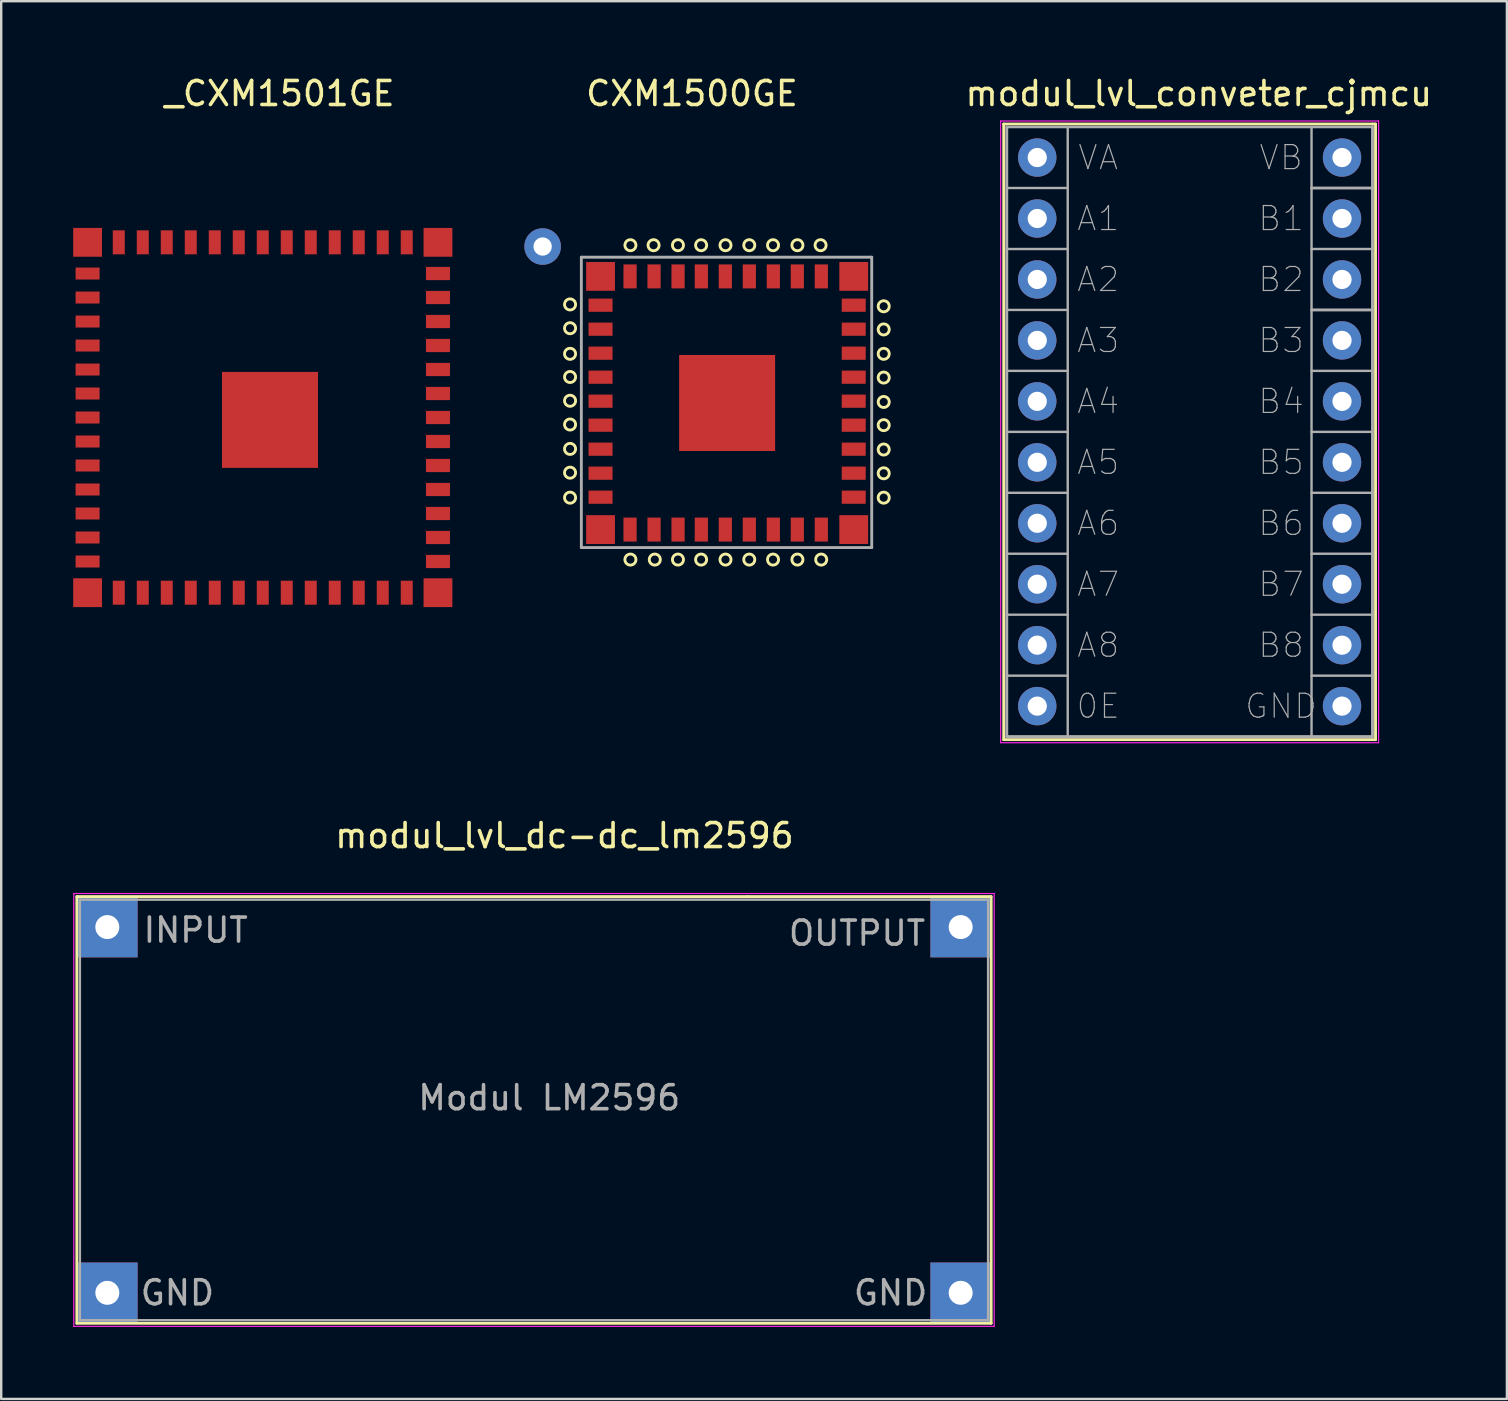
<source format=kicad_pcb>
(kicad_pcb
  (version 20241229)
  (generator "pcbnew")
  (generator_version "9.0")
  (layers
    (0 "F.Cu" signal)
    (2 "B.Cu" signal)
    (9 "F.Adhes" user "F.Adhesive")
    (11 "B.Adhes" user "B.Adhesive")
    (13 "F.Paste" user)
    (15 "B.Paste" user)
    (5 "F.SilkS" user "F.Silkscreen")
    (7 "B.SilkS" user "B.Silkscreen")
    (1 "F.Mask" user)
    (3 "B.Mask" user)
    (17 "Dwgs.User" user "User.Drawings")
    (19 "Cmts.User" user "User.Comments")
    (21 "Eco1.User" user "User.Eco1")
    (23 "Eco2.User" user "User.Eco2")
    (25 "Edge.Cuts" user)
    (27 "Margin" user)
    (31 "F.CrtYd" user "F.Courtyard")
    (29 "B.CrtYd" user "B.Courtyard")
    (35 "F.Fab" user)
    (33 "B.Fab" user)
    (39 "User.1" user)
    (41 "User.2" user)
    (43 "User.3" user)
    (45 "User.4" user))
  (footprint "modul_lvl_dc-dc_lm2596"
    (layer "F.Cu")
    (at 5.232 41.932)
    (property "Reference" "modul_lvl_dc-dc_lm2596" (at 15.24 -10.16 0) (layer "F.SilkS") (effects (font (size 1 1) (thickness 0.15))))
    (attr through_hole)
    (fp_line (start -5.08 -7.62) (end -5.08 10.16) (stroke (width 0.12) (type solid)) (layer "F.SilkS"))
    (fp_line (start -5.08 -7.62) (end 22.86 -7.62) (stroke (width 0.12) (type solid)) (layer "F.SilkS"))
    (fp_line (start 22.86 -7.62) (end 33.02 -7.62) (stroke (width 0.12) (type solid)) (layer "F.SilkS"))
    (fp_line (start 33.02 -7.62) (end 33.02 10.16) (stroke (width 0.12) (type solid)) (layer "F.SilkS"))
    (fp_line (start 33.02 10.16) (end -5.08 10.16) (stroke (width 0.12) (type solid)) (layer "F.SilkS"))
    (fp_line (start -5.207 -7.747) (end -5.207 10.287) (stroke (width 0.05) (type solid)) (layer "F.CrtYd"))
    (fp_line (start -5.207 10.287) (end 33.147 10.287) (stroke (width 0.05) (type solid)) (layer "F.CrtYd"))
    (fp_line (start 33.147 -7.747) (end -5.207 -7.747) (stroke (width 0.05) (type solid)) (layer "F.CrtYd"))
    (fp_line (start 33.147 10.287) (end 33.147 -7.747) (stroke (width 0.05) (type solid)) (layer "F.CrtYd"))
    (fp_line (start -4.953 -7.493) (end -4.953 10.033) (stroke (width 0.1) (type solid)) (layer "F.Fab"))
    (fp_line (start -4.953 10.033) (end 32.893 10.033) (stroke (width 0.1) (type solid)) (layer "F.Fab"))
    (fp_line (start 32.893 -7.493) (end -4.953 -7.493) (stroke (width 0.1) (type solid)) (layer "F.Fab"))
    (fp_line (start 32.893 10.033) (end 32.893 -7.493) (stroke (width 0.1) (type solid)) (layer "F.Fab"))
    (fp_text user "GND" (at -0.889 8.89 0) (layer "F.Fab") (effects (font (size 1 1) (thickness 0.15))))
    (fp_text user "OUTPUT" (at 27.432 -6.096 0) (layer "F.Fab") (effects (font (size 1 1) (thickness 0.15))))
    (fp_text user "INPUT" (at -0.127 -6.223 0) (layer "F.Fab") (effects (font (size 1 1) (thickness 0.15))))
    (fp_text user "Modul LM2596" (at 14.605 0.762 0) (layer "F.Fab") (effects (font (size 1 1) (thickness 0.15))))
    (fp_text user "GND" (at 28.829 8.89 0) (layer "F.Fab") (effects (font (size 1 1) (thickness 0.15))))
    (pad "1" thru_hole rect (at -3.81 -6.35) (size 2.524 2.524) (drill 1) (layers "*.Cu" "*.Mask"))
    (pad "2" thru_hole rect (at -3.81 8.89) (size 2.524 2.524) (drill 1) (layers "*.Cu" "*.Mask"))
    (pad "3" thru_hole rect (at 31.75 -6.35) (size 2.524 2.524) (drill 1) (layers "*.Cu" "*.Mask"))
    (pad "4" thru_hole rect (at 31.75 8.89) (size 2.524 2.524) (drill 1) (layers "*.Cu" "*.Mask")))
  (footprint "CXM1500GE"
    (layer "F.Cu")
    (at 21.975 8.468)
    (property "Reference" "CXM1500GE" (at 3.81 -7.62 0) (layer "F.SilkS") (effects (font (size 1 1) (thickness 0.15))))
    (attr through_hole)
    (fp_circle (center -1.27 1.168) (end -1.041 1.143) (stroke (width 0.12) (type solid)) (fill no) (layer "F.SilkS"))
    (fp_circle (center -1.27 2.159) (end -1.041 2.134) (stroke (width 0.12) (type solid)) (fill no) (layer "F.SilkS"))
    (fp_circle (center -1.27 3.226) (end -1.041 3.2) (stroke (width 0.12) (type solid)) (fill no) (layer "F.SilkS"))
    (fp_circle (center -1.27 4.191) (end -1.041 4.166) (stroke (width 0.12) (type solid)) (fill no) (layer "F.SilkS"))
    (fp_circle (center -1.27 5.182) (end -1.041 5.156) (stroke (width 0.12) (type solid)) (fill no) (layer "F.SilkS"))
    (fp_circle (center -1.27 6.172) (end -1.041 6.147) (stroke (width 0.12) (type solid)) (fill no) (layer "F.SilkS"))
    (fp_circle (center -1.27 7.188) (end -1.041 7.163) (stroke (width 0.12) (type solid)) (fill no) (layer "F.SilkS"))
    (fp_circle (center -1.27 8.179) (end -1.041 8.153) (stroke (width 0.12) (type solid)) (fill no) (layer "F.SilkS"))
    (fp_circle (center -1.27 9.22) (end -1.041 9.195) (stroke (width 0.12) (type solid)) (fill no) (layer "F.SilkS"))
    (fp_circle (center 1.245 -1.3) (end 1.475 -1.3) (stroke (width 0.12) (type solid)) (fill no) (layer "F.SilkS"))
    (fp_circle (center 1.245 11.8) (end 1.475 11.8) (stroke (width 0.12) (type solid)) (fill no) (layer "F.SilkS"))
    (fp_circle (center 2.21 -1.3) (end 2.44 -1.3) (stroke (width 0.12) (type solid)) (fill no) (layer "F.SilkS"))
    (fp_circle (center 2.261 11.8) (end 2.491 11.8) (stroke (width 0.12) (type solid)) (fill no) (layer "F.SilkS"))
    (fp_circle (center 3.226 -1.3) (end 3.456 -1.3) (stroke (width 0.12) (type solid)) (fill no) (layer "F.SilkS"))
    (fp_circle (center 3.226 11.8) (end 3.456 11.8) (stroke (width 0.12) (type solid)) (fill no) (layer "F.SilkS"))
    (fp_circle (center 4.191 -1.3) (end 4.421 -1.3) (stroke (width 0.12) (type solid)) (fill no) (layer "F.SilkS"))
    (fp_circle (center 4.191 11.8) (end 4.421 11.8) (stroke (width 0.12) (type solid)) (fill no) (layer "F.SilkS"))
    (fp_circle (center 5.207 -1.3) (end 5.437 -1.3) (stroke (width 0.12) (type solid)) (fill no) (layer "F.SilkS"))
    (fp_circle (center 5.207 11.8) (end 5.437 11.8) (stroke (width 0.12) (type solid)) (fill no) (layer "F.SilkS"))
    (fp_circle (center 6.198 -1.3) (end 6.428 -1.3) (stroke (width 0.12) (type solid)) (fill no) (layer "F.SilkS"))
    (fp_circle (center 6.198 11.8) (end 6.428 11.8) (stroke (width 0.12) (type solid)) (fill no) (layer "F.SilkS"))
    (fp_circle (center 7.188 -1.3) (end 7.418 -1.3) (stroke (width 0.12) (type solid)) (fill no) (layer "F.SilkS"))
    (fp_circle (center 7.188 11.8) (end 7.418 11.8) (stroke (width 0.12) (type solid)) (fill no) (layer "F.SilkS"))
    (fp_circle (center 8.204 -1.3) (end 8.434 -1.3) (stroke (width 0.12) (type solid)) (fill no) (layer "F.SilkS"))
    (fp_circle (center 8.204 11.8) (end 8.434 11.8) (stroke (width 0.12) (type solid)) (fill no) (layer "F.SilkS"))
    (fp_circle (center 9.169 -1.3) (end 9.399 -1.3) (stroke (width 0.12) (type solid)) (fill no) (layer "F.SilkS"))
    (fp_circle (center 9.195 11.8) (end 9.425 11.8) (stroke (width 0.12) (type solid)) (fill no) (layer "F.SilkS"))
    (fp_circle (center 11.8 1.245) (end 12.03 1.245) (stroke (width 0.12) (type solid)) (fill no) (layer "F.SilkS"))
    (fp_circle (center 11.8 2.21) (end 12.03 2.21) (stroke (width 0.12) (type solid)) (fill no) (layer "F.SilkS"))
    (fp_circle (center 11.8 3.226) (end 12.03 3.226) (stroke (width 0.12) (type solid)) (fill no) (layer "F.SilkS"))
    (fp_circle (center 11.8 4.216) (end 12.03 4.216) (stroke (width 0.12) (type solid)) (fill no) (layer "F.SilkS"))
    (fp_circle (center 11.8 5.232) (end 12.03 5.232) (stroke (width 0.12) (type solid)) (fill no) (layer "F.SilkS"))
    (fp_circle (center 11.8 6.198) (end 12.03 6.198) (stroke (width 0.12) (type solid)) (fill no) (layer "F.SilkS"))
    (fp_circle (center 11.8 7.214) (end 12.03 7.214) (stroke (width 0.12) (type solid)) (fill no) (layer "F.SilkS"))
    (fp_circle (center 11.8 8.204) (end 12.03 8.204) (stroke (width 0.12) (type solid)) (fill no) (layer "F.SilkS"))
    (fp_circle (center 11.8 9.22) (end 12.03 9.22) (stroke (width 0.12) (type solid)) (fill no) (layer "F.SilkS"))
    (fp_line (start -0.8 -0.8) (end -0.8 11.3) (stroke (width 0.12) (type solid)) (layer "F.Fab"))
    (fp_line (start -0.8 -0.8) (end 11.3 -0.8) (stroke (width 0.12) (type solid)) (layer "F.Fab"))
    (fp_line (start -0.8 11.3) (end 11.3 11.3) (stroke (width 0.12) (type solid)) (layer "F.Fab"))
    (fp_line (start 11.3 -0.8) (end 11.3 11.3) (stroke (width 0.12) (type solid)) (layer "F.Fab"))
    (pad "1" smd rect (at 0 10.55) (size 1.2 1.2) (layers "F.Cu" "F.Mask" "F.Paste"))
    (pad "2" thru_hole circle (at -2.413 -1.245) (size 1.524 1.524) (drill 0.762) (layers "*.Cu" "*.Mask"))
    (pad "2" smd rect (at 1.23 10.55) (size 0.55 1) (layers "F.Cu" "F.Mask" "F.Paste"))
    (pad "3" smd rect (at 2.23 10.55) (size 0.55 1) (layers "F.Cu" "F.Mask" "F.Paste"))
    (pad "4" smd rect (at 3.23 10.55) (size 0.55 1) (layers "F.Cu" "F.Mask" "F.Paste"))
    (pad "5" smd rect (at 4.2 10.55) (size 0.55 1) (layers "F.Cu" "F.Mask" "F.Paste"))
    (pad "6" smd rect (at 5.2 10.55) (size 0.55 1) (layers "F.Cu" "F.Mask" "F.Paste"))
    (pad "7" smd rect (at 6.2 10.55) (size 0.55 1) (layers "F.Cu" "F.Mask" "F.Paste"))
    (pad "8" smd rect (at 7.2 10.55) (size 0.55 1) (layers "F.Cu" "F.Mask" "F.Paste"))
    (pad "9" smd rect (at 8.2 10.55) (size 0.55 1) (layers "F.Cu" "F.Mask" "F.Paste"))
    (pad "10" smd rect (at 9.2 10.55) (size 0.55 1) (layers "F.Cu" "F.Mask" "F.Paste"))
    (pad "11" smd rect (at 10.55 10.55) (size 1.2 1.2) (layers "F.Cu" "F.Mask" "F.Paste"))
    (pad "12" smd rect (at 10.55 9.2) (size 1 0.55) (layers "F.Cu" "F.Mask" "F.Paste"))
    (pad "13" smd rect (at 10.55 8.2) (size 1 0.55) (layers "F.Cu" "F.Mask" "F.Paste"))
    (pad "14" smd rect (at 10.55 7.2) (size 1 0.55) (layers "F.Cu" "F.Mask" "F.Paste"))
    (pad "15" smd rect (at 10.55 6.2) (size 1 0.55) (layers "F.Cu" "F.Mask" "F.Paste"))
    (pad "16" smd rect (at 10.55 5.2) (size 1 0.55) (layers "F.Cu" "F.Mask" "F.Paste"))
    (pad "17" smd rect (at 10.55 4.2) (size 1 0.55) (layers "F.Cu" "F.Mask" "F.Paste"))
    (pad "18" smd rect (at 10.55 3.2) (size 1 0.55) (layers "F.Cu" "F.Mask" "F.Paste"))
    (pad "19" smd rect (at 10.55 2.2) (size 1 0.55) (layers "F.Cu" "F.Mask" "F.Paste"))
    (pad "20" smd rect (at 10.55 1.2) (size 1 0.55) (layers "F.Cu" "F.Mask" "F.Paste"))
    (pad "21" smd rect (at 10.55 0) (size 1.2 1.2) (layers "F.Cu" "F.Mask" "F.Paste"))
    (pad "22" smd rect (at 9.2 0) (size 0.55 1) (layers "F.Cu" "F.Mask" "F.Paste"))
    (pad "23" smd rect (at 8.2 0) (size 0.55 1) (layers "F.Cu" "F.Mask" "F.Paste"))
    (pad "24" smd rect (at 7.2 0) (size 0.55 1) (layers "F.Cu" "F.Mask" "F.Paste"))
    (pad "25" smd rect (at 6.2 0) (size 0.55 1) (layers "F.Cu" "F.Mask" "F.Paste"))
    (pad "26" smd rect (at 5.2 0) (size 0.55 1) (layers "F.Cu" "F.Mask" "F.Paste"))
    (pad "27" smd rect (at 4.2 0) (size 0.55 1) (layers "F.Cu" "F.Mask" "F.Paste"))
    (pad "28" smd rect (at 3.23 0) (size 0.55 1) (layers "F.Cu" "F.Mask" "F.Paste"))
    (pad "29" smd rect (at 2.23 0) (size 0.55 1) (layers "F.Cu" "F.Mask" "F.Paste"))
    (pad "30" smd rect (at 1.23 0) (size 0.55 1) (layers "F.Cu" "F.Mask" "F.Paste"))
    (pad "31" smd rect (at 0 0) (size 1.2 1.2) (layers "F.Cu" "F.Mask" "F.Paste"))
    (pad "32" smd rect (at 0 1.2) (size 1 0.55) (layers "F.Cu" "F.Mask" "F.Paste"))
    (pad "33" smd rect (at 0 2.2) (size 1 0.55) (layers "F.Cu" "F.Mask" "F.Paste"))
    (pad "34" smd rect (at 0 3.2) (size 1 0.55) (layers "F.Cu" "F.Mask" "F.Paste"))
    (pad "35" smd rect (at 0 4.2) (size 1 0.55) (layers "F.Cu" "F.Mask" "F.Paste"))
    (pad "36" smd rect (at 0 5.2) (size 1 0.55) (layers "F.Cu" "F.Mask" "F.Paste"))
    (pad "37" smd rect (at 0 6.2) (size 1 0.55) (layers "F.Cu" "F.Mask" "F.Paste"))
    (pad "38" smd rect (at 0 7.2) (size 1 0.55) (layers "F.Cu" "F.Mask" "F.Paste"))
    (pad "39" smd rect (at 0 8.2) (size 1 0.55) (layers "F.Cu" "F.Mask" "F.Paste"))
    (pad "40" smd rect (at 0 9.2) (size 1 0.55) (layers "F.Cu" "F.Mask" "F.Paste"))
    (pad "41" smd rect (at 5.275 5.275) (size 4 4) (layers "F.Cu" "F.Mask" "F.Paste")))
  (footprint "modul_lvl_conveter_cjmcu"
    (layer "F.Cu")
    (at 40.173 3.515)
    (property "Reference" "modul_lvl_conveter_cjmcu" (at 6.731 -2.667 0) (layer "F.SilkS") (effects (font (size 1 1) (thickness 0.15))))
    (attr through_hole)
    (fp_line (start -1.397 -1.397) (end -1.397 24.257) (stroke (width 0.12) (type solid)) (layer "F.SilkS"))
    (fp_line (start -1.397 24.257) (end 14.097 24.257) (stroke (width 0.12) (type solid)) (layer "F.SilkS"))
    (fp_line (start 13.97 -1.397) (end -1.397 -1.397) (stroke (width 0.12) (type solid)) (layer "F.SilkS"))
    (fp_line (start 14.097 -1.397) (end 13.97 -1.397) (stroke (width 0.12) (type solid)) (layer "F.SilkS"))
    (fp_line (start 14.097 24.257) (end 14.097 -1.397) (stroke (width 0.12) (type solid)) (layer "F.SilkS"))
    (fp_line (start -1.524 -1.524) (end 14.224 -1.524) (stroke (width 0.05) (type solid)) (layer "F.CrtYd"))
    (fp_line (start -1.524 24.384) (end -1.524 -1.524) (stroke (width 0.05) (type solid)) (layer "F.CrtYd"))
    (fp_line (start 14.224 -1.524) (end 14.224 24.384) (stroke (width 0.05) (type solid)) (layer "F.CrtYd"))
    (fp_line (start 14.224 24.384) (end -1.524 24.384) (stroke (width 0.05) (type solid)) (layer "F.CrtYd"))
    (fp_line (start -1.27 -1.27) (end 13.97 -1.27) (stroke (width 0.1) (type solid)) (layer "F.Fab"))
    (fp_line (start -1.27 24.13) (end -1.27 -1.27) (stroke (width 0.12) (type solid)) (layer "F.Fab"))
    (fp_line (start 1.27 -1.27) (end 1.27 24.13) (stroke (width 0.1) (type solid)) (layer "F.Fab"))
    (fp_line (start 1.27 1.27) (end -1.27 1.27) (stroke (width 0.1) (type solid)) (layer "F.Fab"))
    (fp_line (start 1.27 3.81) (end -1.27 3.81) (stroke (width 0.1) (type solid)) (layer "F.Fab"))
    (fp_line (start 1.27 6.35) (end -1.27 6.35) (stroke (width 0.1) (type solid)) (layer "F.Fab"))
    (fp_line (start 1.27 8.89) (end -1.27 8.89) (stroke (width 0.1) (type solid)) (layer "F.Fab"))
    (fp_line (start 1.27 11.43) (end -1.27 11.43) (stroke (width 0.1) (type solid)) (layer "F.Fab"))
    (fp_line (start 1.27 13.97) (end -1.27 13.97) (stroke (width 0.1) (type solid)) (layer "F.Fab"))
    (fp_line (start 1.27 16.51) (end -1.27 16.51) (stroke (width 0.1) (type solid)) (layer "F.Fab"))
    (fp_line (start 1.27 19.05) (end -1.27 19.05) (stroke (width 0.1) (type solid)) (layer "F.Fab"))
    (fp_line (start 1.27 21.59) (end -1.27 21.59) (stroke (width 0.1) (type solid)) (layer "F.Fab"))
    (fp_line (start 11.43 1.27) (end 13.97 1.27) (stroke (width 0.12) (type solid)) (layer "F.Fab"))
    (fp_line (start 11.43 3.81) (end 13.97 3.81) (stroke (width 0.1) (type solid)) (layer "F.Fab"))
    (fp_line (start 11.43 6.35) (end 13.97 6.35) (stroke (width 0.12) (type solid)) (layer "F.Fab"))
    (fp_line (start 11.43 8.89) (end 13.97 8.89) (stroke (width 0.1) (type solid)) (layer "F.Fab"))
    (fp_line (start 11.43 11.43) (end 13.97 11.43) (stroke (width 0.1) (type solid)) (layer "F.Fab"))
    (fp_line (start 11.43 13.97) (end 13.97 13.97) (stroke (width 0.1) (type solid)) (layer "F.Fab"))
    (fp_line (start 11.43 16.51) (end 13.97 16.51) (stroke (width 0.1) (type solid)) (layer "F.Fab"))
    (fp_line (start 11.43 19.05) (end 13.97 19.05) (stroke (width 0.1) (type solid)) (layer "F.Fab"))
    (fp_line (start 11.43 21.59) (end 13.97 21.59) (stroke (width 0.1) (type solid)) (layer "F.Fab"))
    (fp_line (start 11.43 24.13) (end 11.43 -1.27) (stroke (width 0.1) (type solid)) (layer "F.Fab"))
    (fp_line (start 13.97 -1.27) (end 13.97 24.13) (stroke (width 0.12) (type solid)) (layer "F.Fab"))
    (fp_line (start 13.97 24.13) (end -1.27 24.13) (stroke (width 0.12) (type solid)) (layer "F.Fab"))
    (fp_text user "B5" (at 10.16 12.7 0) (layer "F.Fab") (effects (font (size 1 1) (thickness 0.05))))
    (fp_text user "B3" (at 10.16 7.62 0) (layer "F.Fab") (effects (font (size 1 1) (thickness 0.05))))
    (fp_text user "A8" (at 2.54 20.32 0) (layer "F.Fab") (effects (font (size 1 1) (thickness 0.05))))
    (fp_text user "B8" (at 10.16 20.32 0) (layer "F.Fab") (effects (font (size 1 1) (thickness 0.05))))
    (fp_text user "GND" (at 10.16 22.86 0) (layer "F.Fab") (effects (font (size 1 1) (thickness 0.05))))
    (fp_text user "B2" (at 10.16 5.08 0) (layer "F.Fab") (effects (font (size 1 1) (thickness 0.05))))
    (fp_text user "VB" (at 10.16 0 0) (layer "F.Fab") (effects (font (size 1 1) (thickness 0.05))))
    (fp_text user "A3" (at 2.54 7.62 0) (layer "F.Fab") (effects (font (size 1 1) (thickness 0.05))))
    (fp_text user "B6" (at 10.16 15.24 0) (layer "F.Fab") (effects (font (size 1 1) (thickness 0.05))))
    (fp_text user "A6" (at 2.54 15.24 0) (layer "F.Fab") (effects (font (size 1 1) (thickness 0.05))))
    (fp_text user "0E" (at 2.54 22.86 0) (layer "F.Fab") (effects (font (size 1 1) (thickness 0.05))))
    (fp_text user "VA" (at 2.54 0 0) (layer "F.Fab") (effects (font (size 1 1) (thickness 0.05))))
    (fp_text user "A4" (at 2.54 10.16 0) (layer "F.Fab") (effects (font (size 1 1) (thickness 0.05))))
    (fp_text user "A7" (at 2.54 17.78 0) (layer "F.Fab") (effects (font (size 1 1) (thickness 0.05))))
    (fp_text user "A1" (at 2.54 2.54 0) (layer "F.Fab") (effects (font (size 1 1) (thickness 0.05))))
    (fp_text user "B4" (at 10.16 10.16 0) (layer "F.Fab") (effects (font (size 1 1) (thickness 0.05))))
    (fp_text user "B7" (at 10.16 17.78 0) (layer "F.Fab") (effects (font (size 1 1) (thickness 0.05))))
    (fp_text user "B1" (at 10.16 2.54 0) (layer "F.Fab") (effects (font (size 1 1) (thickness 0.05))))
    (fp_text user "A2" (at 2.54 5.08 0) (layer "F.Fab") (effects (font (size 1 1) (thickness 0.05))))
    (fp_text user "A5" (at 2.54 12.7 0) (layer "F.Fab") (effects (font (size 1 1) (thickness 0.05))))
    (pad "1" thru_hole circle (at 0 0) (size 1.6 1.6) (drill 0.8) (layers "*.Cu" "*.Mask"))
    (pad "2" thru_hole circle (at 0 2.54) (size 1.6 1.6) (drill 0.8) (layers "*.Cu" "*.Mask"))
    (pad "3" thru_hole circle (at 0 5.08) (size 1.6 1.6) (drill 0.8) (layers "*.Cu" "*.Mask"))
    (pad "4" thru_hole circle (at 0 7.62) (size 1.6 1.6) (drill 0.8) (layers "*.Cu" "*.Mask"))
    (pad "5" thru_hole circle (at 0 10.16) (size 1.6 1.6) (drill 0.8) (layers "*.Cu" "*.Mask"))
    (pad "6" thru_hole circle (at 0 12.7) (size 1.6 1.6) (drill 0.8) (layers "*.Cu" "*.Mask"))
    (pad "7" thru_hole circle (at 0 15.24) (size 1.6 1.6) (drill 0.8) (layers "*.Cu" "*.Mask"))
    (pad "8" thru_hole circle (at 0 17.78) (size 1.6 1.6) (drill 0.8) (layers "*.Cu" "*.Mask"))
    (pad "9" thru_hole circle (at 0 20.32) (size 1.6 1.6) (drill 0.8) (layers "*.Cu" "*.Mask"))
    (pad "10" thru_hole circle (at 0 22.86) (size 1.6 1.6) (drill 0.8) (layers "*.Cu" "*.Mask"))
    (pad "11" thru_hole circle (at 12.7 22.86) (size 1.6 1.6) (drill 0.8) (layers "*.Cu" "*.Mask"))
    (pad "12" thru_hole circle (at 12.7 20.32) (size 1.6 1.6) (drill 0.8) (layers "*.Cu" "*.Mask"))
    (pad "13" thru_hole circle (at 12.7 17.78) (size 1.6 1.6) (drill 0.8) (layers "*.Cu" "*.Mask"))
    (pad "14" thru_hole circle (at 12.7 15.24) (size 1.6 1.6) (drill 0.8) (layers "*.Cu" "*.Mask"))
    (pad "15" thru_hole circle (at 12.7 12.7) (size 1.6 1.6) (drill 0.8) (layers "*.Cu" "*.Mask"))
    (pad "16" thru_hole circle (at 12.7 10.16) (size 1.6 1.6) (drill 0.8) (layers "*.Cu" "*.Mask"))
    (pad "17" thru_hole circle (at 12.7 7.62) (size 1.6 1.6) (drill 0.8) (layers "*.Cu" "*.Mask"))
    (pad "18" thru_hole circle (at 12.7 5.08) (size 1.6 1.6) (drill 0.8) (layers "*.Cu" "*.Mask"))
    (pad "19" thru_hole circle (at 12.7 2.54) (size 1.6 1.6) (drill 0.8) (layers "*.Cu" "*.Mask"))
    (pad "20" thru_hole circle (at 12.7 0) (size 1.6 1.6) (drill 0.8) (layers "*.Cu" "*.Mask")))
  (footprint "_CXM1501GE"
    (layer "F.Cu")
    (at 0.6 6.448)
    (property "Reference" "_CXM1501GE" (at 8 -5.6 0) (layer "F.SilkS") (effects (font (size 1 1) (thickness 0.15))))
    (attr through_hole)
    (pad "1" smd rect (at 14.6 0.6) (size 1.2 1.2) (layers "F.Cu" "F.Mask" "F.Paste"))
    (pad "2" smd rect (at 13.3 0.6) (size 0.5 1) (layers "F.Cu" "F.Mask" "F.Paste"))
    (pad "3" smd rect (at 12.3 0.6) (size 0.5 1) (layers "F.Cu" "F.Mask" "F.Paste"))
    (pad "4" smd rect (at 11.3 0.6) (size 0.5 1) (layers "F.Cu" "F.Mask" "F.Paste"))
    (pad "5" smd rect (at 10.3 0.6) (size 0.5 1) (layers "F.Cu" "F.Mask" "F.Paste"))
    (pad "6" smd rect (at 9.3 0.6) (size 0.5 1) (layers "F.Cu" "F.Mask" "F.Paste"))
    (pad "7" smd rect (at 8.3 0.6) (size 0.5 1) (layers "F.Cu" "F.Mask" "F.Paste"))
    (pad "8" smd rect (at 7.3 0.6) (size 0.5 1) (layers "F.Cu" "F.Mask" "F.Paste"))
    (pad "9" smd rect (at 6.3 0.6) (size 0.5 1) (layers "F.Cu" "F.Mask" "F.Paste"))
    (pad "10" smd rect (at 5.3 0.6) (size 0.5 1) (layers "F.Cu" "F.Mask" "F.Paste"))
    (pad "11" smd rect (at 4.3 0.6) (size 0.5 1) (layers "F.Cu" "F.Mask" "F.Paste"))
    (pad "12" smd rect (at 3.3 0.6) (size 0.5 1) (layers "F.Cu" "F.Mask" "F.Paste"))
    (pad "13" smd rect (at 2.3 0.6) (size 0.5 1) (layers "F.Cu" "F.Mask" "F.Paste"))
    (pad "14" smd rect (at 1.3 0.6) (size 0.5 1) (layers "F.Cu" "F.Mask" "F.Paste"))
    (pad "15" smd rect (at 0 0.6) (size 1.2 1.2) (layers "F.Cu" "F.Mask" "F.Paste"))
    (pad "16" smd rect (at 0 1.9) (size 1 0.5) (layers "F.Cu" "F.Mask" "F.Paste"))
    (pad "17" smd rect (at 0 2.9) (size 1 0.5) (layers "F.Cu" "F.Mask" "F.Paste"))
    (pad "18" smd rect (at 0 3.9) (size 1 0.5) (layers "F.Cu" "F.Mask" "F.Paste"))
    (pad "19" smd rect (at 0 4.9) (size 1 0.5) (layers "F.Cu" "F.Mask" "F.Paste"))
    (pad "20" smd rect (at 0 5.9) (size 1 0.5) (layers "F.Cu" "F.Mask" "F.Paste"))
    (pad "21" smd rect (at 0 6.9) (size 1 0.5) (layers "F.Cu" "F.Mask" "F.Paste"))
    (pad "22" smd rect (at 0 7.9) (size 1 0.5) (layers "F.Cu" "F.Mask" "F.Paste"))
    (pad "23" smd rect (at 0 8.9) (size 1 0.5) (layers "F.Cu" "F.Mask" "F.Paste"))
    (pad "24" smd rect (at 0 9.9) (size 1 0.5) (layers "F.Cu" "F.Mask" "F.Paste"))
    (pad "25" smd rect (at 0 10.9) (size 1 0.5) (layers "F.Cu" "F.Mask" "F.Paste"))
    (pad "26" smd rect (at 0 11.9) (size 1 0.5) (layers "F.Cu" "F.Mask" "F.Paste"))
    (pad "27" smd rect (at 0 12.9) (size 1 0.5) (layers "F.Cu" "F.Mask" "F.Paste"))
    (pad "28" smd rect (at 0 13.9) (size 1 0.5) (layers "F.Cu" "F.Mask" "F.Paste"))
    (pad "29" smd rect (at 0 15.2) (size 1.2 1.2) (layers "F.Cu" "F.Mask" "F.Paste"))
    (pad "30" smd rect (at 1.3 15.2) (size 0.5 1) (layers "F.Cu" "F.Mask" "F.Paste"))
    (pad "31" smd rect (at 2.3 15.2) (size 0.5 1) (layers "F.Cu" "F.Mask" "F.Paste"))
    (pad "32" smd rect (at 3.3 15.2) (size 0.5 1) (layers "F.Cu" "F.Mask" "F.Paste"))
    (pad "33" smd rect (at 4.3 15.2) (size 0.5 1) (layers "F.Cu" "F.Mask" "F.Paste"))
    (pad "34" smd rect (at 5.3 15.2) (size 0.5 1) (layers "F.Cu" "F.Mask" "F.Paste"))
    (pad "35" smd rect (at 6.3 15.2) (size 0.5 1) (layers "F.Cu" "F.Mask" "F.Paste"))
    (pad "36" smd rect (at 7.3 15.2) (size 0.5 1) (layers "F.Cu" "F.Mask" "F.Paste"))
    (pad "37" smd rect (at 8.3 15.2) (size 0.5 1) (layers "F.Cu" "F.Mask" "F.Paste"))
    (pad "38" smd rect (at 9.3 15.2) (size 0.5 1) (layers "F.Cu" "F.Mask" "F.Paste"))
    (pad "39" smd rect (at 10.3 15.2) (size 0.5 1) (layers "F.Cu" "F.Mask" "F.Paste"))
    (pad "40" smd rect (at 11.3 15.2) (size 0.5 1) (layers "F.Cu" "F.Mask" "F.Paste"))
    (pad "41" smd rect (at 12.3 15.2) (size 0.5 1) (layers "F.Cu" "F.Mask" "F.Paste"))
    (pad "42" smd rect (at 13.3 15.2) (size 0.5 1) (layers "F.Cu" "F.Mask" "F.Paste"))
    (pad "43" smd rect (at 14.6 15.2) (size 1.2 1.2) (layers "F.Cu" "F.Mask" "F.Paste"))
    (pad "44" smd rect (at 14.6 13.9) (size 1 0.55) (layers "F.Cu" "F.Mask" "F.Paste"))
    (pad "45" smd rect (at 14.6 12.9) (size 1 0.55) (layers "F.Cu" "F.Mask" "F.Paste"))
    (pad "46" smd rect (at 14.6 11.9) (size 1 0.55) (layers "F.Cu" "F.Mask" "F.Paste"))
    (pad "47" smd rect (at 14.6 10.9) (size 1 0.55) (layers "F.Cu" "F.Mask" "F.Paste"))
    (pad "48" smd rect (at 14.6 9.9) (size 1 0.55) (layers "F.Cu" "F.Mask" "F.Paste"))
    (pad "49" smd rect (at 14.6 8.9) (size 1 0.55) (layers "F.Cu" "F.Mask" "F.Paste"))
    (pad "50" smd rect (at 14.6 7.9) (size 1 0.55) (layers "F.Cu" "F.Mask" "F.Paste"))
    (pad "51" smd rect (at 14.6 6.9) (size 1 0.55) (layers "F.Cu" "F.Mask" "F.Paste"))
    (pad "52" smd rect (at 14.6 5.9) (size 1 0.55) (layers "F.Cu" "F.Mask" "F.Paste"))
    (pad "53" smd rect (at 14.6 4.9) (size 1 0.55) (layers "F.Cu" "F.Mask" "F.Paste"))
    (pad "54" smd rect (at 14.6 3.9) (size 1 0.55) (layers "F.Cu" "F.Mask" "F.Paste"))
    (pad "55" smd rect (at 14.6 2.9) (size 1 0.55) (layers "F.Cu" "F.Mask" "F.Paste"))
    (pad "56" smd rect (at 14.6 1.9) (size 1 0.55) (layers "F.Cu" "F.Mask" "F.Paste"))
    (pad "57" smd rect (at 7.6 8) (size 4 4) (layers "F.Cu" "F.Mask" "F.Paste")))
  (gr_rect
    (start -3 -3)
    (end 59.744 55.245)
    (stroke (width 0.1) (type default))
    (fill no)
    (layer "Edge.Cuts")))
</source>
